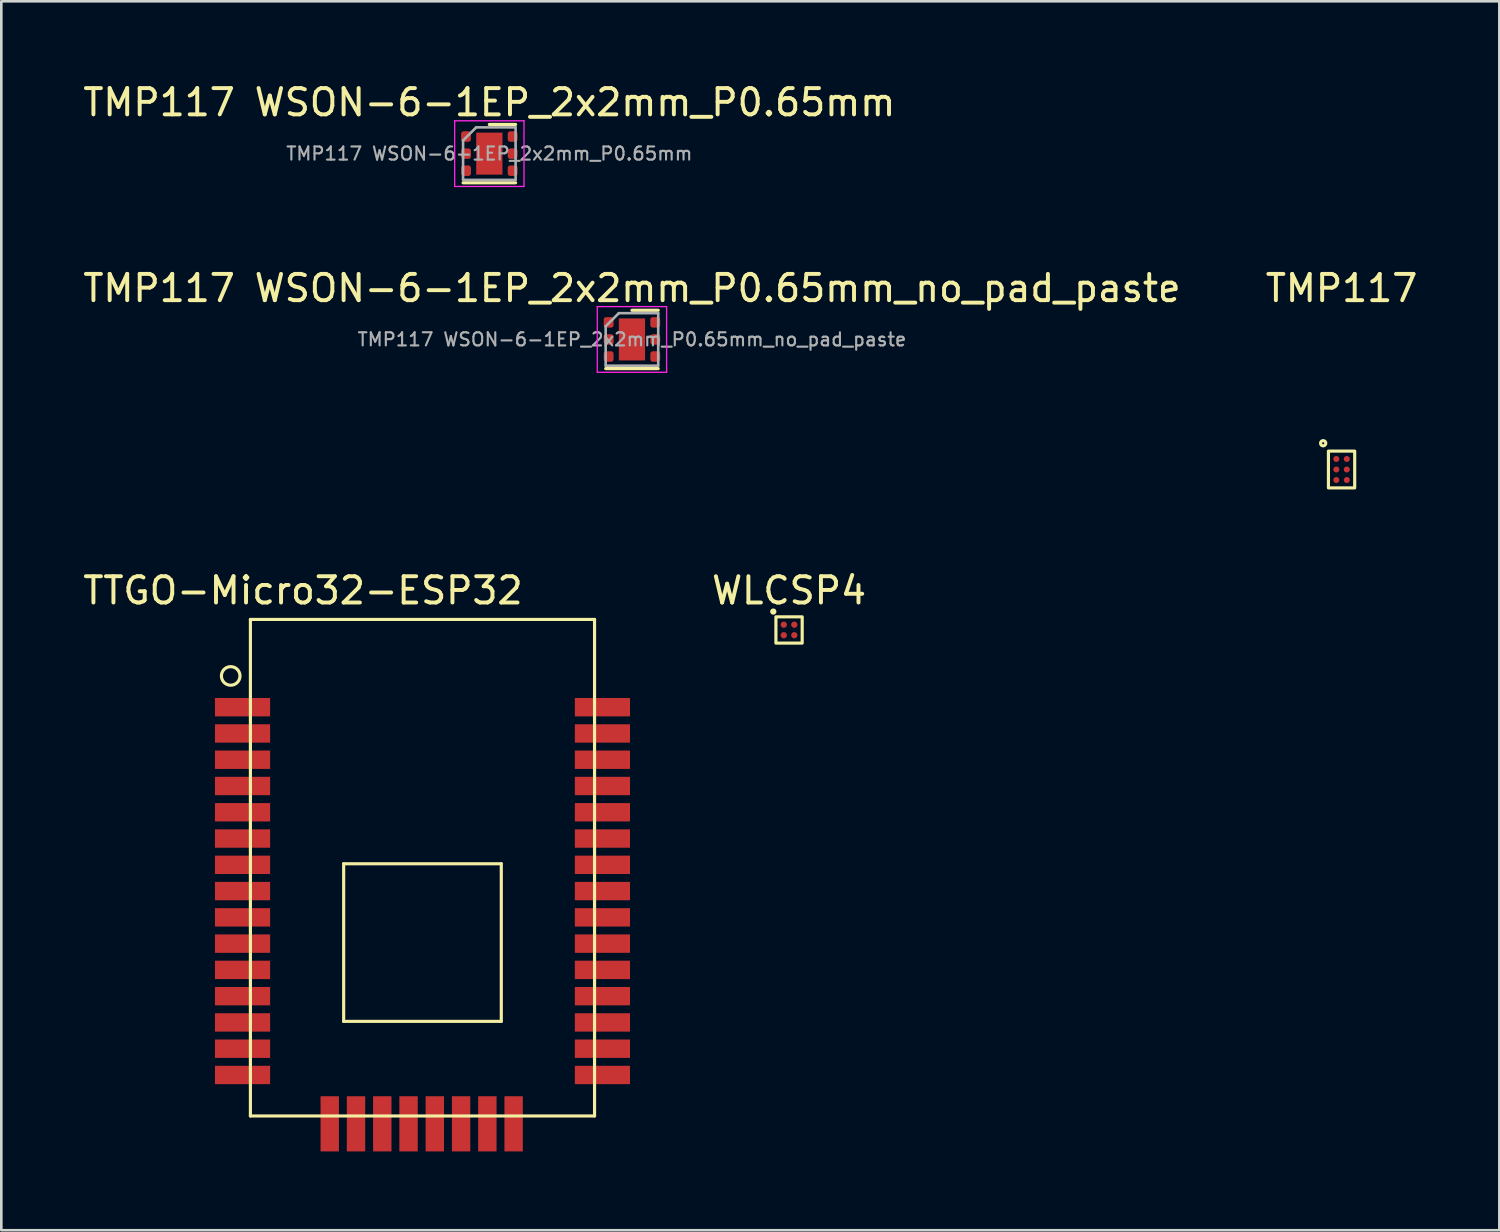
<source format=kicad_pcb>
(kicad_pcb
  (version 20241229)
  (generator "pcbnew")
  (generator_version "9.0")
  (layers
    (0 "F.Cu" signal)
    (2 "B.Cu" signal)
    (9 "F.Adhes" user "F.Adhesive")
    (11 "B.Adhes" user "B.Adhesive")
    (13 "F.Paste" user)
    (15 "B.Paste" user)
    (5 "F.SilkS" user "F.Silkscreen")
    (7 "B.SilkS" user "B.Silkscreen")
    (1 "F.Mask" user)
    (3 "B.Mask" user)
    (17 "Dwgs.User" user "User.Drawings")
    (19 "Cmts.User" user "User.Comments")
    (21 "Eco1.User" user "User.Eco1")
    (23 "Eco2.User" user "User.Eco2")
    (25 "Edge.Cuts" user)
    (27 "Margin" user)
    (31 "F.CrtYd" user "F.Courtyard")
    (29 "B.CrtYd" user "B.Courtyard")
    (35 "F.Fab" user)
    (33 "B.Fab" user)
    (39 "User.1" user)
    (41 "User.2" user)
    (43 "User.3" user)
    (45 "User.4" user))
  (footprint "TTGO-Micro32-ESP32"
    (layer "F.Cu")
    (at 6.482 39.43)
    (property "Reference" "TTGO-Micro32-ESP32" (at 2 -20 0) (layer "F.SilkS") (effects (font (size 1 1) (thickness 0.15))))
    (attr through_hole)
    (fp_line (start 0 -18.9) (end 0 0) (stroke (width 0.12) (type solid)) (layer "F.SilkS"))
    (fp_line (start 0 -18.9) (end 13.1 -18.9) (stroke (width 0.12) (type solid)) (layer "F.SilkS"))
    (fp_line (start 0 0) (end 13.1 0) (stroke (width 0.12) (type solid)) (layer "F.SilkS"))
    (fp_line (start 3.55 -9.6) (end 3.55 -3.6) (stroke (width 0.12) (type solid)) (layer "F.SilkS"))
    (fp_line (start 3.55 -3.6) (end 9.55 -3.6) (stroke (width 0.12) (type solid)) (layer "F.SilkS"))
    (fp_line (start 9.55 -9.6) (end 3.55 -9.6) (stroke (width 0.12) (type solid)) (layer "F.SilkS"))
    (fp_line (start 9.55 -3.6) (end 9.55 -9.6) (stroke (width 0.12) (type solid)) (layer "F.SilkS"))
    (fp_line (start 13.1 -18.9) (end 13.1 0) (stroke (width 0.12) (type solid)) (layer "F.SilkS"))
    (fp_circle (center -0.75 -16.75) (end -1 -16.5) (stroke (width 0.12) (type solid)) (fill no) (layer "F.SilkS"))
    (pad "1" smd rect (at -0.3 -15.56) (size 2.1 0.7) (layers "F.Cu" "F.Mask" "F.Paste"))
    (pad "2" smd rect (at -0.3 -14.56) (size 2.1 0.7) (layers "F.Cu" "F.Mask" "F.Paste"))
    (pad "3" smd rect (at -0.3 -13.56) (size 2.1 0.7) (layers "F.Cu" "F.Mask" "F.Paste"))
    (pad "4" smd rect (at -0.3 -12.56) (size 2.1 0.7) (layers "F.Cu" "F.Mask" "F.Paste"))
    (pad "5" smd rect (at -0.3 -11.56) (size 2.1 0.7) (layers "F.Cu" "F.Mask" "F.Paste"))
    (pad "6" smd rect (at -0.3 -10.56) (size 2.1 0.7) (layers "F.Cu" "F.Mask" "F.Paste"))
    (pad "7" smd rect (at -0.3 -9.56) (size 2.1 0.7) (layers "F.Cu" "F.Mask" "F.Paste"))
    (pad "8" smd rect (at -0.3 -8.56) (size 2.1 0.7) (layers "F.Cu" "F.Mask" "F.Paste"))
    (pad "9" smd rect (at -0.3 -7.56) (size 2.1 0.7) (layers "F.Cu" "F.Mask" "F.Paste"))
    (pad "10" smd rect (at -0.3 -6.56) (size 2.1 0.7) (layers "F.Cu" "F.Mask" "F.Paste"))
    (pad "11" smd rect (at -0.3 -5.56) (size 2.1 0.7) (layers "F.Cu" "F.Mask" "F.Paste"))
    (pad "12" smd rect (at -0.3 -4.56) (size 2.1 0.7) (layers "F.Cu" "F.Mask" "F.Paste"))
    (pad "13" smd rect (at -0.3 -3.56) (size 2.1 0.7) (layers "F.Cu" "F.Mask" "F.Paste"))
    (pad "14" smd rect (at -0.3 -2.56) (size 2.1 0.7) (layers "F.Cu" "F.Mask" "F.Paste"))
    (pad "15" smd rect (at -0.3 -1.56) (size 2.1 0.7) (layers "F.Cu" "F.Mask" "F.Paste"))
    (pad "16" smd rect (at 3.02 0.3 90) (size 2.1 0.7) (layers "F.Cu" "F.Mask" "F.Paste"))
    (pad "17" smd rect (at 4.02 0.3 90) (size 2.1 0.7) (layers "F.Cu" "F.Mask" "F.Paste"))
    (pad "18" smd rect (at 5.02 0.3 90) (size 2.1 0.7) (layers "F.Cu" "F.Mask" "F.Paste"))
    (pad "19" smd rect (at 6.02 0.3 90) (size 2.1 0.7) (layers "F.Cu" "F.Mask" "F.Paste"))
    (pad "20" smd rect (at 7.02 0.3 90) (size 2.1 0.7) (layers "F.Cu" "F.Mask" "F.Paste"))
    (pad "21" smd rect (at 8.02 0.3 90) (size 2.1 0.7) (layers "F.Cu" "F.Mask" "F.Paste"))
    (pad "22" smd rect (at 9.02 0.3 90) (size 2.1 0.7) (layers "F.Cu" "F.Mask" "F.Paste"))
    (pad "23" smd rect (at 10.02 0.3 90) (size 2.1 0.7) (layers "F.Cu" "F.Mask" "F.Paste"))
    (pad "24" smd rect (at 13.4 -1.56) (size 2.1 0.7) (layers "F.Cu" "F.Mask" "F.Paste"))
    (pad "25" smd rect (at 13.4 -2.56) (size 2.1 0.7) (layers "F.Cu" "F.Mask" "F.Paste"))
    (pad "26" smd rect (at 13.4 -3.56) (size 2.1 0.7) (layers "F.Cu" "F.Mask" "F.Paste"))
    (pad "27" smd rect (at 13.4 -4.56) (size 2.1 0.7) (layers "F.Cu" "F.Mask" "F.Paste"))
    (pad "28" smd rect (at 13.4 -5.56) (size 2.1 0.7) (layers "F.Cu" "F.Mask" "F.Paste"))
    (pad "29" smd rect (at 13.4 -6.56) (size 2.1 0.7) (layers "F.Cu" "F.Mask" "F.Paste"))
    (pad "30" smd rect (at 13.4 -7.56) (size 2.1 0.7) (layers "F.Cu" "F.Mask" "F.Paste"))
    (pad "31" smd rect (at 13.4 -8.56) (size 2.1 0.7) (layers "F.Cu" "F.Mask" "F.Paste"))
    (pad "32" smd rect (at 13.4 -9.56) (size 2.1 0.7) (layers "F.Cu" "F.Mask" "F.Paste"))
    (pad "33" smd rect (at 13.4 -10.56) (size 2.1 0.7) (layers "F.Cu" "F.Mask" "F.Paste"))
    (pad "34" smd rect (at 13.4 -11.56) (size 2.1 0.7) (layers "F.Cu" "F.Mask" "F.Paste"))
    (pad "35" smd rect (at 13.4 -12.56) (size 2.1 0.7) (layers "F.Cu" "F.Mask" "F.Paste"))
    (pad "36" smd rect (at 13.4 -13.56) (size 2.1 0.7) (layers "F.Cu" "F.Mask" "F.Paste"))
    (pad "37" smd rect (at 13.4 -14.56) (size 2.1 0.7) (layers "F.Cu" "F.Mask" "F.Paste"))
    (pad "38" smd rect (at 13.4 -15.56) (size 2.1 0.7) (layers "F.Cu" "F.Mask" "F.Paste")))
  (footprint "TMP117 WSON-6-1EP_2x2mm_P0.65mm"
    (layer "F.Cu")
    (at 15.577 2.798)
    (property "Reference" "TMP117 WSON-6-1EP_2x2mm_P0.65mm" (at 0 -1.95 0) (layer "F.SilkS") (effects (font (size 1 1) (thickness 0.15))))
    (attr smd)
    (fp_line (start -1 1.11) (end 1 1.11) (stroke (width 0.12) (type solid)) (layer "F.SilkS"))
    (fp_line (start 0 -1.11) (end 1 -1.11) (stroke (width 0.12) (type solid)) (layer "F.SilkS"))
    (fp_line (start -1.32 -1.25) (end -1.32 1.25) (stroke (width 0.05) (type solid)) (layer "F.CrtYd"))
    (fp_line (start -1.32 1.25) (end 1.32 1.25) (stroke (width 0.05) (type solid)) (layer "F.CrtYd"))
    (fp_line (start 1.32 -1.25) (end -1.32 -1.25) (stroke (width 0.05) (type solid)) (layer "F.CrtYd"))
    (fp_line (start 1.32 1.25) (end 1.32 -1.25) (stroke (width 0.05) (type solid)) (layer "F.CrtYd"))
    (fp_line (start -1 -0.5) (end -0.5 -1) (stroke (width 0.1) (type solid)) (layer "F.Fab"))
    (fp_line (start -1 1) (end -1 -0.5) (stroke (width 0.1) (type solid)) (layer "F.Fab"))
    (fp_line (start -0.5 -1) (end 1 -1) (stroke (width 0.1) (type solid)) (layer "F.Fab"))
    (fp_line (start 1 -1) (end 1 1) (stroke (width 0.1) (type solid)) (layer "F.Fab"))
    (fp_line (start 1 1) (end -1 1) (stroke (width 0.1) (type solid)) (layer "F.Fab"))
    (fp_text user "${REFERENCE}" (at 0 0 0) (layer "F.Fab") (effects (font (size 0.5 0.5) (thickness 0.08))))
    (pad "" smd roundrect (at 0 -0.4) (size 0.87 0.69) (layers "F.Paste") (roundrect_rratio 0.25))
    (pad "" smd roundrect (at 0 0.4) (size 0.87 0.69) (layers "F.Paste") (roundrect_rratio 0.25))
    (pad "1" smd roundrect (at -0.887 -0.65) (size 0.375 0.4) (layers "F.Cu" "F.Mask" "F.Paste") (roundrect_rratio 0.25))
    (pad "2" smd roundrect (at -0.887 0) (size 0.375 0.4) (layers "F.Cu" "F.Mask" "F.Paste") (roundrect_rratio 0.25))
    (pad "3" smd roundrect (at -0.887 0.65) (size 0.375 0.4) (layers "F.Cu" "F.Mask" "F.Paste") (roundrect_rratio 0.25))
    (pad "4" smd roundrect (at 0.887 0.65) (size 0.375 0.4) (layers "F.Cu" "F.Mask" "F.Paste") (roundrect_rratio 0.25))
    (pad "5" smd roundrect (at 0.887 0) (size 0.375 0.4) (layers "F.Cu" "F.Mask" "F.Paste") (roundrect_rratio 0.25))
    (pad "6" smd roundrect (at 0.887 -0.65) (size 0.375 0.4) (layers "F.Cu" "F.Mask" "F.Paste") (roundrect_rratio 0.25))
    (pad "7" smd rect (at 0 0) (size 1 1.6) (layers "F.Cu" "F.Mask")))
  (footprint "WLCSP4"
    (layer "F.Cu")
    (at 26.986 20.93)
    (property "Reference" "WLCSP4" (at 0 -1.5 0) (unlocked yes) (layer "F.SilkS") (effects (font (size 1 1) (thickness 0.15))))
    (attr smd)
    (fp_rect (start 0.5 0.5) (end -0.5 -0.5) (stroke (width 0.12) (type solid)) (fill no) (layer "F.SilkS"))
    (fp_circle (center -0.6 -0.7) (end -0.6 -0.7) (stroke (width 0.12) (type solid)) (fill no) (layer "F.SilkS"))
    (pad "A1" smd circle (at -0.2 -0.2 270) (size 0.24 0.24) (layers "F.Cu" "F.Mask" "F.Paste"))
    (pad "A2" smd circle (at 0.2 -0.2 270) (size 0.24 0.24) (layers "F.Cu" "F.Mask" "F.Paste"))
    (pad "B1" smd circle (at -0.2 0.2 270) (size 0.24 0.24) (layers "F.Cu" "F.Mask" "F.Paste"))
    (pad "B2" smd circle (at 0.2 0.2 270) (size 0.24 0.24) (layers "F.Cu" "F.Mask" "F.Paste")))
  (footprint "TMP117 WSON-6-1EP_2x2mm_P0.65mm_no_pad_paste"
    (layer "F.Cu")
    (at 21.006 9.871)
    (property "Reference" "TMP117 WSON-6-1EP_2x2mm_P0.65mm_no_pad_paste" (at 0 -1.95 0) (layer "F.SilkS") (effects (font (size 1 1) (thickness 0.15))))
    (attr smd)
    (fp_line (start -1 1.11) (end 1 1.11) (stroke (width 0.12) (type solid)) (layer "F.SilkS"))
    (fp_line (start 0 -1.11) (end 1 -1.11) (stroke (width 0.12) (type solid)) (layer "F.SilkS"))
    (fp_rect (start -0.35 -0.35) (end 0.35 0.35) (stroke (width 0.12) (type solid)) (fill yes) (layer "F.Paste"))
    (fp_line (start -1.32 -1.25) (end -1.32 1.25) (stroke (width 0.05) (type solid)) (layer "F.CrtYd"))
    (fp_line (start -1.32 1.25) (end 1.32 1.25) (stroke (width 0.05) (type solid)) (layer "F.CrtYd"))
    (fp_line (start 1.32 -1.25) (end -1.32 -1.25) (stroke (width 0.05) (type solid)) (layer "F.CrtYd"))
    (fp_line (start 1.32 1.25) (end 1.32 -1.25) (stroke (width 0.05) (type solid)) (layer "F.CrtYd"))
    (fp_line (start -1 -0.5) (end -0.5 -1) (stroke (width 0.1) (type solid)) (layer "F.Fab"))
    (fp_line (start -1 1) (end -1 -0.5) (stroke (width 0.1) (type solid)) (layer "F.Fab"))
    (fp_line (start -0.5 -1) (end 1 -1) (stroke (width 0.1) (type solid)) (layer "F.Fab"))
    (fp_line (start 1 -1) (end 1 1) (stroke (width 0.1) (type solid)) (layer "F.Fab"))
    (fp_line (start 1 1) (end -1 1) (stroke (width 0.1) (type solid)) (layer "F.Fab"))
    (fp_text user "${REFERENCE}" (at 0 0 0) (layer "F.Fab") (effects (font (size 0.5 0.5) (thickness 0.08))))
    (pad "1" smd roundrect (at -0.887 -0.65) (size 0.375 0.4) (layers "F.Cu" "F.Mask" "F.Paste") (roundrect_rratio 0.25))
    (pad "2" smd roundrect (at -0.887 0) (size 0.375 0.4) (layers "F.Cu" "F.Mask" "F.Paste") (roundrect_rratio 0.25))
    (pad "3" smd roundrect (at -0.887 0.65) (size 0.375 0.4) (layers "F.Cu" "F.Mask" "F.Paste") (roundrect_rratio 0.25))
    (pad "4" smd roundrect (at 0.887 0.65) (size 0.375 0.4) (layers "F.Cu" "F.Mask" "F.Paste") (roundrect_rratio 0.25))
    (pad "5" smd roundrect (at 0.887 0) (size 0.375 0.4) (layers "F.Cu" "F.Mask" "F.Paste") (roundrect_rratio 0.25))
    (pad "6" smd roundrect (at 0.887 -0.65) (size 0.375 0.4) (layers "F.Cu" "F.Mask" "F.Paste") (roundrect_rratio 0.25))
    (pad "7" smd rect (at 0 0) (size 1 1.6) (layers "F.Cu" "F.Mask")))
  (footprint "TMP117"
    (layer "F.Cu")
    (at 48.018 14.822)
    (property "Reference" "TMP117" (at 0 -6.9 0) (unlocked yes) (layer "F.SilkS") (effects (font (size 1 1) (thickness 0.15))))
    (attr smd)
    (fp_rect (start -0.5 -0.7) (end 0.5 0.7) (stroke (width 0.12) (type solid)) (fill no) (layer "F.SilkS"))
    (fp_circle (center -0.7 -1) (end -0.7 -1.1) (stroke (width 0.12) (type solid)) (fill no) (layer "F.SilkS"))
    (pad "1" smd circle (at 0.2 -0.4) (size 0.23 0.23) (layers "F.Cu" "F.Mask" "F.Paste"))
    (pad "2" smd circle (at 0.2 0) (size 0.23 0.23) (layers "F.Cu" "F.Mask" "F.Paste"))
    (pad "3" smd circle (at 0.2 0.4) (size 0.23 0.23) (layers "F.Cu" "F.Mask" "F.Paste"))
    (pad "4" smd circle (at -0.2 0.4) (size 0.23 0.23) (layers "F.Cu" "F.Mask" "F.Paste"))
    (pad "5" smd circle (at -0.2 0) (size 0.23 0.23) (layers "F.Cu" "F.Mask" "F.Paste"))
    (pad "6" smd circle (at -0.2 -0.4) (size 0.23 0.23) (layers "F.Cu" "F.Mask" "F.Paste")))
  (gr_rect
    (start -3 -3)
    (end 54.024 43.78)
    (stroke (width 0.1) (type default))
    (fill no)
    (layer "Edge.Cuts")))
</source>
